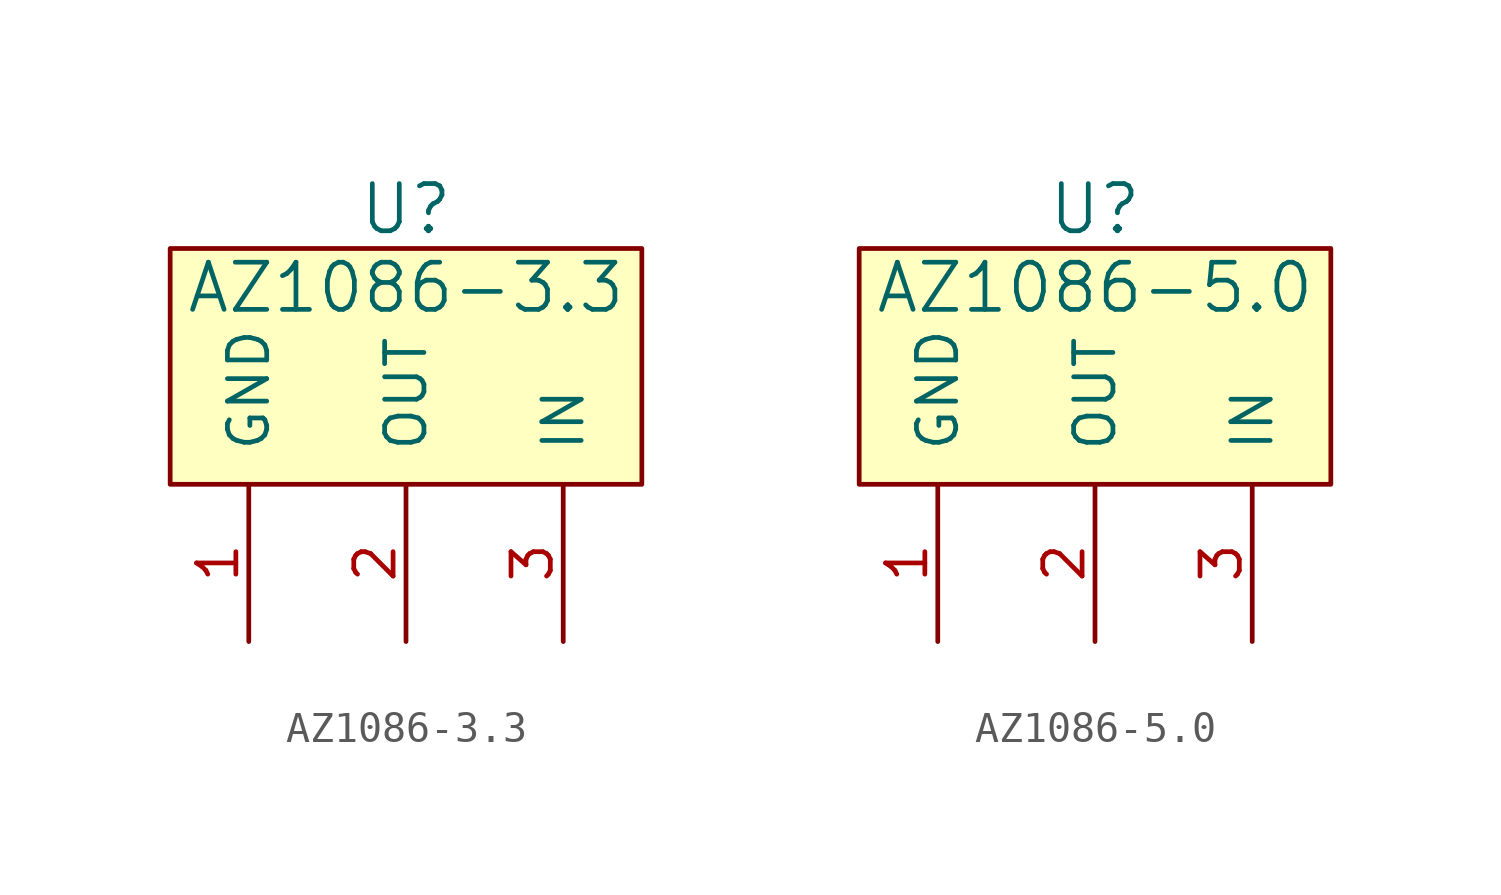
<source format=kicad_sym>
(kicad_symbol_lib
  (version 20211014)
  (generator kicad_symbol_editor)
  (symbol "AZ1086-3.3"
    (pin_names
      (offset 1.016))
    (property "Reference" "U"
      (at 0 1.27 0)
      (effects (font (size 1.524 1.524))))
    (property "Value" "AZ1086-3.3"
      (at 0 -1.27 0)
      (effects (font (size 1.524 1.524))))
    (symbol "AZ1086-3.3_1_1"
      (rectangle (start -7.62 0) (end 7.62 -7.62) (stroke (width 0) (type default) (color 0 0 0 0)) (fill (type background)))
      (pin passive line (at -5.08 -12.7 90) (length 5.08) (name "GND" (effects (font (size 1.27 1.27)))) (number "1" (effects (font (size 1.27 1.27)))))
      (pin passive line (at 0 -12.7 90) (length 5.08) (name "OUT" (effects (font (size 1.27 1.27)))) (number "2" (effects (font (size 1.27 1.27)))))
      (pin passive line (at 5.08 -12.7 90) (length 5.08) (name "IN" (effects (font (size 1.27 1.27)))) (number "3" (effects (font (size 1.27 1.27)))))))
  (symbol "AZ1086-5.0"
    (pin_names
      (offset 1.016))
    (property "Reference" "U"
      (at 0 1.27 0)
      (effects (font (size 1.524 1.524))))
    (property "Value" "AZ1086-5.0"
      (at 0 -1.27 0)
      (effects (font (size 1.524 1.524))))
    (symbol "AZ1086-5.0_1_1"
      (rectangle (start -7.62 0) (end 7.62 -7.62) (stroke (width 0) (type default) (color 0 0 0 0)) (fill (type background)))
      (pin passive line (at -5.08 -12.7 90) (length 5.08) (name "GND" (effects (font (size 1.27 1.27)))) (number "1" (effects (font (size 1.27 1.27)))))
      (pin passive line (at 0 -12.7 90) (length 5.08) (name "OUT" (effects (font (size 1.27 1.27)))) (number "2" (effects (font (size 1.27 1.27)))))
      (pin passive line (at 5.08 -12.7 90) (length 5.08) (name "IN" (effects (font (size 1.27 1.27)))) (number "3" (effects (font (size 1.27 1.27))))))))
</source>
